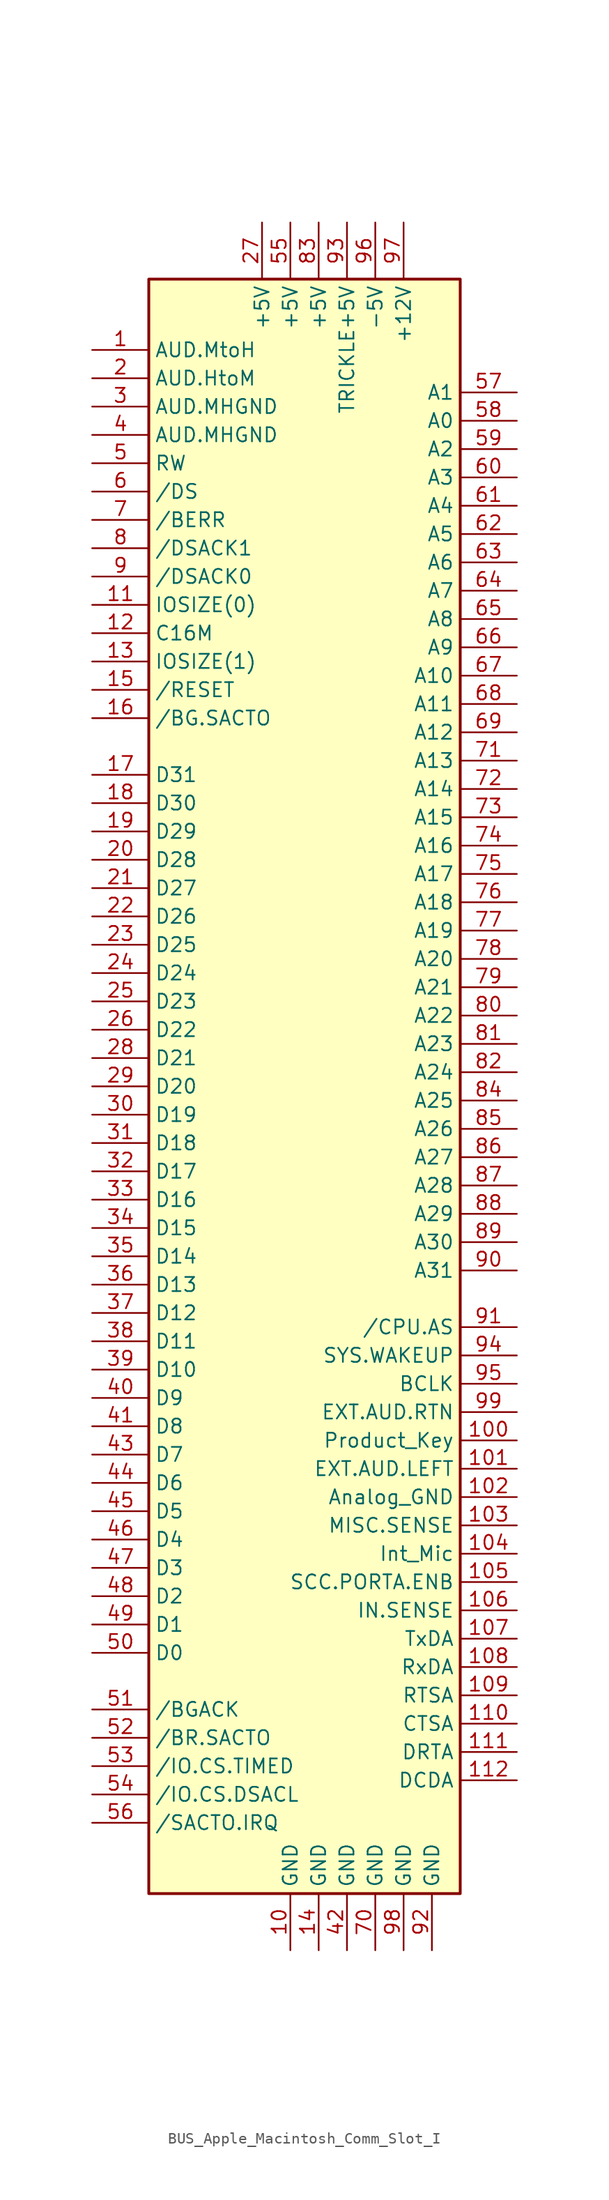
<source format=kicad_sym>
(kicad_symbol_lib
  (version 20231120)
  (generator "kicad_symbol_editor")
  (generator_version "8.0")
  (symbol "BUS_Apple_Macintosh_Comm_Slot_I"
    (property "Reference" "U"
      (at -16.51 72.39 0)
      (effects (font (size 1.27 1.27)) (justify left) (hide yes)))
    (symbol "BUS_Apple_Macintosh_Comm_Slot_I_0_1"
      (rectangle (start -13.97 71.12) (end 13.97 -73.66) (stroke (width 0.254) (type default)) (fill (type background))))
    (symbol "BUS_Apple_Macintosh_Comm_Slot_I_1_1"
      (pin bidirectional line (at -19.05 64.77 0) (length 5.08) (name "AUD.MtoH" (effects (font (size 1.27 1.27)))) (number "1" (effects (font (size 1.27 1.27)))))
      (pin power_out line (at -1.27 -78.74 90) (length 5.08) (name "GND" (effects (font (size 1.27 1.27)))) (number "10" (effects (font (size 1.27 1.27)))))
      (pin bidirectional line (at 19.05 -33.02 180) (length 5.08) (name "Product_Key" (effects (font (size 1.27 1.27)))) (number "100" (effects (font (size 1.27 1.27)))))
      (pin bidirectional line (at 19.05 -35.56 180) (length 5.08) (name "EXT.AUD.LEFT" (effects (font (size 1.27 1.27)))) (number "101" (effects (font (size 1.27 1.27)))))
      (pin power_out line (at 19.05 -38.1 180) (length 5.08) (name "Analog_GND" (effects (font (size 1.27 1.27)))) (number "102" (effects (font (size 1.27 1.27)))))
      (pin bidirectional line (at 19.05 -40.64 180) (length 5.08) (name "MISC.SENSE" (effects (font (size 1.27 1.27)))) (number "103" (effects (font (size 1.27 1.27)))))
      (pin bidirectional line (at 19.05 -43.18 180) (length 5.08) (name "Int_Mic" (effects (font (size 1.27 1.27)))) (number "104" (effects (font (size 1.27 1.27)))))
      (pin bidirectional line (at 19.05 -45.72 180) (length 5.08) (name "SCC.PORTA.ENB" (effects (font (size 1.27 1.27)))) (number "105" (effects (font (size 1.27 1.27)))))
      (pin bidirectional line (at 19.05 -48.26 180) (length 5.08) (name "IN.SENSE" (effects (font (size 1.27 1.27)))) (number "106" (effects (font (size 1.27 1.27)))))
      (pin bidirectional line (at 19.05 -50.8 180) (length 5.08) (name "TxDA" (effects (font (size 1.27 1.27)))) (number "107" (effects (font (size 1.27 1.27)))))
      (pin bidirectional line (at 19.05 -53.34 180) (length 5.08) (name "RxDA" (effects (font (size 1.27 1.27)))) (number "108" (effects (font (size 1.27 1.27)))))
      (pin bidirectional line (at 19.05 -55.88 180) (length 5.08) (name "RTSA" (effects (font (size 1.27 1.27)))) (number "109" (effects (font (size 1.27 1.27)))))
      (pin bidirectional line (at -19.05 41.91 0) (length 5.08) (name "IOSIZE(0)" (effects (font (size 1.27 1.27)))) (number "11" (effects (font (size 1.27 1.27)))))
      (pin bidirectional line (at 19.05 -58.42 180) (length 5.08) (name "CTSA" (effects (font (size 1.27 1.27)))) (number "110" (effects (font (size 1.27 1.27)))))
      (pin bidirectional line (at 19.05 -60.96 180) (length 5.08) (name "DRTA" (effects (font (size 1.27 1.27)))) (number "111" (effects (font (size 1.27 1.27)))))
      (pin bidirectional line (at 19.05 -63.5 180) (length 5.08) (name "DCDA" (effects (font (size 1.27 1.27)))) (number "112" (effects (font (size 1.27 1.27)))))
      (pin bidirectional line (at -19.05 39.37 0) (length 5.08) (name "C16M" (effects (font (size 1.27 1.27)))) (number "12" (effects (font (size 1.27 1.27)))))
      (pin bidirectional line (at -19.05 36.83 0) (length 5.08) (name "IOSIZE(1)" (effects (font (size 1.27 1.27)))) (number "13" (effects (font (size 1.27 1.27)))))
      (pin power_out line (at 1.27 -78.74 90) (length 5.08) (name "GND" (effects (font (size 1.27 1.27)))) (number "14" (effects (font (size 1.27 1.27)))))
      (pin bidirectional line (at -19.05 34.29 0) (length 5.08) (name "/RESET" (effects (font (size 1.27 1.27)))) (number "15" (effects (font (size 1.27 1.27)))))
      (pin bidirectional line (at -19.05 31.75 0) (length 5.08) (name "/BG.SACTO" (effects (font (size 1.27 1.27)))) (number "16" (effects (font (size 1.27 1.27)))))
      (pin bidirectional line (at -19.05 26.67 0) (length 5.08) (name "D31" (effects (font (size 1.27 1.27)))) (number "17" (effects (font (size 1.27 1.27)))))
      (pin bidirectional line (at -19.05 24.13 0) (length 5.08) (name "D30" (effects (font (size 1.27 1.27)))) (number "18" (effects (font (size 1.27 1.27)))))
      (pin bidirectional line (at -19.05 21.59 0) (length 5.08) (name "D29" (effects (font (size 1.27 1.27)))) (number "19" (effects (font (size 1.27 1.27)))))
      (pin bidirectional line (at -19.05 62.23 0) (length 5.08) (name "AUD.HtoM" (effects (font (size 1.27 1.27)))) (number "2" (effects (font (size 1.27 1.27)))))
      (pin bidirectional line (at -19.05 19.05 0) (length 5.08) (name "D28" (effects (font (size 1.27 1.27)))) (number "20" (effects (font (size 1.27 1.27)))))
      (pin bidirectional line (at -19.05 16.51 0) (length 5.08) (name "D27" (effects (font (size 1.27 1.27)))) (number "21" (effects (font (size 1.27 1.27)))))
      (pin bidirectional line (at -19.05 13.97 0) (length 5.08) (name "D26" (effects (font (size 1.27 1.27)))) (number "22" (effects (font (size 1.27 1.27)))))
      (pin bidirectional line (at -19.05 11.43 0) (length 5.08) (name "D25" (effects (font (size 1.27 1.27)))) (number "23" (effects (font (size 1.27 1.27)))))
      (pin bidirectional line (at -19.05 8.89 0) (length 5.08) (name "D24" (effects (font (size 1.27 1.27)))) (number "24" (effects (font (size 1.27 1.27)))))
      (pin bidirectional line (at -19.05 6.35 0) (length 5.08) (name "D23" (effects (font (size 1.27 1.27)))) (number "25" (effects (font (size 1.27 1.27)))))
      (pin bidirectional line (at -19.05 3.81 0) (length 5.08) (name "D22" (effects (font (size 1.27 1.27)))) (number "26" (effects (font (size 1.27 1.27)))))
      (pin power_in line (at -3.81 76.2 270) (length 5.08) (name "+5V" (effects (font (size 1.27 1.27)))) (number "27" (effects (font (size 1.27 1.27)))))
      (pin bidirectional line (at -19.05 1.27 0) (length 5.08) (name "D21" (effects (font (size 1.27 1.27)))) (number "28" (effects (font (size 1.27 1.27)))))
      (pin bidirectional line (at -19.05 -1.27 0) (length 5.08) (name "D20" (effects (font (size 1.27 1.27)))) (number "29" (effects (font (size 1.27 1.27)))))
      (pin power_out line (at -19.05 59.69 0) (length 5.08) (name "AUD.MHGND" (effects (font (size 1.27 1.27)))) (number "3" (effects (font (size 1.27 1.27)))))
      (pin bidirectional line (at -19.05 -3.81 0) (length 5.08) (name "D19" (effects (font (size 1.27 1.27)))) (number "30" (effects (font (size 1.27 1.27)))))
      (pin bidirectional line (at -19.05 -6.35 0) (length 5.08) (name "D18" (effects (font (size 1.27 1.27)))) (number "31" (effects (font (size 1.27 1.27)))))
      (pin bidirectional line (at -19.05 -8.89 0) (length 5.08) (name "D17" (effects (font (size 1.27 1.27)))) (number "32" (effects (font (size 1.27 1.27)))))
      (pin bidirectional line (at -19.05 -11.43 0) (length 5.08) (name "D16" (effects (font (size 1.27 1.27)))) (number "33" (effects (font (size 1.27 1.27)))))
      (pin bidirectional line (at -19.05 -13.97 0) (length 5.08) (name "D15" (effects (font (size 1.27 1.27)))) (number "34" (effects (font (size 1.27 1.27)))))
      (pin bidirectional line (at -19.05 -16.51 0) (length 5.08) (name "D14" (effects (font (size 1.27 1.27)))) (number "35" (effects (font (size 1.27 1.27)))))
      (pin bidirectional line (at -19.05 -19.05 0) (length 5.08) (name "D13" (effects (font (size 1.27 1.27)))) (number "36" (effects (font (size 1.27 1.27)))))
      (pin bidirectional line (at -19.05 -21.59 0) (length 5.08) (name "D12" (effects (font (size 1.27 1.27)))) (number "37" (effects (font (size 1.27 1.27)))))
      (pin bidirectional line (at -19.05 -24.13 0) (length 5.08) (name "D11" (effects (font (size 1.27 1.27)))) (number "38" (effects (font (size 1.27 1.27)))))
      (pin bidirectional line (at -19.05 -26.67 0) (length 5.08) (name "D10" (effects (font (size 1.27 1.27)))) (number "39" (effects (font (size 1.27 1.27)))))
      (pin power_out line (at -19.05 57.15 0) (length 5.08) (name "AUD.MHGND" (effects (font (size 1.27 1.27)))) (number "4" (effects (font (size 1.27 1.27)))))
      (pin bidirectional line (at -19.05 -29.21 0) (length 5.08) (name "D9" (effects (font (size 1.27 1.27)))) (number "40" (effects (font (size 1.27 1.27)))))
      (pin bidirectional line (at -19.05 -31.75 0) (length 5.08) (name "D8" (effects (font (size 1.27 1.27)))) (number "41" (effects (font (size 1.27 1.27)))))
      (pin power_out line (at 3.81 -78.74 90) (length 5.08) (name "GND" (effects (font (size 1.27 1.27)))) (number "42" (effects (font (size 1.27 1.27)))))
      (pin bidirectional line (at -19.05 -34.29 0) (length 5.08) (name "D7" (effects (font (size 1.27 1.27)))) (number "43" (effects (font (size 1.27 1.27)))))
      (pin bidirectional line (at -19.05 -36.83 0) (length 5.08) (name "D6" (effects (font (size 1.27 1.27)))) (number "44" (effects (font (size 1.27 1.27)))))
      (pin bidirectional line (at -19.05 -39.37 0) (length 5.08) (name "D5" (effects (font (size 1.27 1.27)))) (number "45" (effects (font (size 1.27 1.27)))))
      (pin bidirectional line (at -19.05 -41.91 0) (length 5.08) (name "D4" (effects (font (size 1.27 1.27)))) (number "46" (effects (font (size 1.27 1.27)))))
      (pin bidirectional line (at -19.05 -44.45 0) (length 5.08) (name "D3" (effects (font (size 1.27 1.27)))) (number "47" (effects (font (size 1.27 1.27)))))
      (pin bidirectional line (at -19.05 -46.99 0) (length 5.08) (name "D2" (effects (font (size 1.27 1.27)))) (number "48" (effects (font (size 1.27 1.27)))))
      (pin bidirectional line (at -19.05 -49.53 0) (length 5.08) (name "D1" (effects (font (size 1.27 1.27)))) (number "49" (effects (font (size 1.27 1.27)))))
      (pin bidirectional line (at -19.05 54.61 0) (length 5.08) (name "RW" (effects (font (size 1.27 1.27)))) (number "5" (effects (font (size 1.27 1.27)))))
      (pin bidirectional line (at -19.05 -52.07 0) (length 5.08) (name "D0" (effects (font (size 1.27 1.27)))) (number "50" (effects (font (size 1.27 1.27)))))
      (pin bidirectional line (at -19.05 -57.15 0) (length 5.08) (name "/BGACK" (effects (font (size 1.27 1.27)))) (number "51" (effects (font (size 1.27 1.27)))))
      (pin bidirectional line (at -19.05 -59.69 0) (length 5.08) (name "/BR.SACTO" (effects (font (size 1.27 1.27)))) (number "52" (effects (font (size 1.27 1.27)))))
      (pin bidirectional line (at -19.05 -62.23 0) (length 5.08) (name "/IO.CS.TIMED" (effects (font (size 1.27 1.27)))) (number "53" (effects (font (size 1.27 1.27)))))
      (pin bidirectional line (at -19.05 -64.77 0) (length 5.08) (name "/IO.CS.DSACL" (effects (font (size 1.27 1.27)))) (number "54" (effects (font (size 1.27 1.27)))))
      (pin power_out line (at -1.27 76.2 270) (length 5.08) (name "+5V" (effects (font (size 1.27 1.27)))) (number "55" (effects (font (size 1.27 1.27)))))
      (pin bidirectional line (at -19.05 -67.31 0) (length 5.08) (name "/SACTO.IRQ" (effects (font (size 1.27 1.27)))) (number "56" (effects (font (size 1.27 1.27)))))
      (pin bidirectional line (at 19.05 60.96 180) (length 5.08) (name "A1" (effects (font (size 1.27 1.27)))) (number "57" (effects (font (size 1.27 1.27)))))
      (pin bidirectional line (at 19.05 58.42 180) (length 5.08) (name "A0" (effects (font (size 1.27 1.27)))) (number "58" (effects (font (size 1.27 1.27)))))
      (pin bidirectional line (at 19.05 55.88 180) (length 5.08) (name "A2" (effects (font (size 1.27 1.27)))) (number "59" (effects (font (size 1.27 1.27)))))
      (pin bidirectional line (at -19.05 52.07 0) (length 5.08) (name "/DS" (effects (font (size 1.27 1.27)))) (number "6" (effects (font (size 1.27 1.27)))))
      (pin bidirectional line (at 19.05 53.34 180) (length 5.08) (name "A3" (effects (font (size 1.27 1.27)))) (number "60" (effects (font (size 1.27 1.27)))))
      (pin bidirectional line (at 19.05 50.8 180) (length 5.08) (name "A4" (effects (font (size 1.27 1.27)))) (number "61" (effects (font (size 1.27 1.27)))))
      (pin bidirectional line (at 19.05 48.26 180) (length 5.08) (name "A5" (effects (font (size 1.27 1.27)))) (number "62" (effects (font (size 1.27 1.27)))))
      (pin bidirectional line (at 19.05 45.72 180) (length 5.08) (name "A6" (effects (font (size 1.27 1.27)))) (number "63" (effects (font (size 1.27 1.27)))))
      (pin bidirectional line (at 19.05 43.18 180) (length 5.08) (name "A7" (effects (font (size 1.27 1.27)))) (number "64" (effects (font (size 1.27 1.27)))))
      (pin bidirectional line (at 19.05 40.64 180) (length 5.08) (name "A8" (effects (font (size 1.27 1.27)))) (number "65" (effects (font (size 1.27 1.27)))))
      (pin bidirectional line (at 19.05 38.1 180) (length 5.08) (name "A9" (effects (font (size 1.27 1.27)))) (number "66" (effects (font (size 1.27 1.27)))))
      (pin bidirectional line (at 19.05 35.56 180) (length 5.08) (name "A10" (effects (font (size 1.27 1.27)))) (number "67" (effects (font (size 1.27 1.27)))))
      (pin bidirectional line (at 19.05 33.02 180) (length 5.08) (name "A11" (effects (font (size 1.27 1.27)))) (number "68" (effects (font (size 1.27 1.27)))))
      (pin bidirectional line (at 19.05 30.48 180) (length 5.08) (name "A12" (effects (font (size 1.27 1.27)))) (number "69" (effects (font (size 1.27 1.27)))))
      (pin bidirectional line (at -19.05 49.53 0) (length 5.08) (name "/BERR" (effects (font (size 1.27 1.27)))) (number "7" (effects (font (size 1.27 1.27)))))
      (pin power_out line (at 6.35 -78.74 90) (length 5.08) (name "GND" (effects (font (size 1.27 1.27)))) (number "70" (effects (font (size 1.27 1.27)))))
      (pin bidirectional line (at 19.05 27.94 180) (length 5.08) (name "A13" (effects (font (size 1.27 1.27)))) (number "71" (effects (font (size 1.27 1.27)))))
      (pin bidirectional line (at 19.05 25.4 180) (length 5.08) (name "A14" (effects (font (size 1.27 1.27)))) (number "72" (effects (font (size 1.27 1.27)))))
      (pin bidirectional line (at 19.05 22.86 180) (length 5.08) (name "A15" (effects (font (size 1.27 1.27)))) (number "73" (effects (font (size 1.27 1.27)))))
      (pin bidirectional line (at 19.05 20.32 180) (length 5.08) (name "A16" (effects (font (size 1.27 1.27)))) (number "74" (effects (font (size 1.27 1.27)))))
      (pin bidirectional line (at 19.05 17.78 180) (length 5.08) (name "A17" (effects (font (size 1.27 1.27)))) (number "75" (effects (font (size 1.27 1.27)))))
      (pin bidirectional line (at 19.05 15.24 180) (length 5.08) (name "A18" (effects (font (size 1.27 1.27)))) (number "76" (effects (font (size 1.27 1.27)))))
      (pin bidirectional line (at 19.05 12.7 180) (length 5.08) (name "A19" (effects (font (size 1.27 1.27)))) (number "77" (effects (font (size 1.27 1.27)))))
      (pin bidirectional line (at 19.05 10.16 180) (length 5.08) (name "A20" (effects (font (size 1.27 1.27)))) (number "78" (effects (font (size 1.27 1.27)))))
      (pin bidirectional line (at 19.05 7.62 180) (length 5.08) (name "A21" (effects (font (size 1.27 1.27)))) (number "79" (effects (font (size 1.27 1.27)))))
      (pin bidirectional line (at -19.05 46.99 0) (length 5.08) (name "/DSACK1" (effects (font (size 1.27 1.27)))) (number "8" (effects (font (size 1.27 1.27)))))
      (pin bidirectional line (at 19.05 5.08 180) (length 5.08) (name "A22" (effects (font (size 1.27 1.27)))) (number "80" (effects (font (size 1.27 1.27)))))
      (pin bidirectional line (at 19.05 2.54 180) (length 5.08) (name "A23" (effects (font (size 1.27 1.27)))) (number "81" (effects (font (size 1.27 1.27)))))
      (pin bidirectional line (at 19.05 0 180) (length 5.08) (name "A24" (effects (font (size 1.27 1.27)))) (number "82" (effects (font (size 1.27 1.27)))))
      (pin power_out line (at 1.27 76.2 270) (length 5.08) (name "+5V" (effects (font (size 1.27 1.27)))) (number "83" (effects (font (size 1.27 1.27)))))
      (pin bidirectional line (at 19.05 -2.54 180) (length 5.08) (name "A25" (effects (font (size 1.27 1.27)))) (number "84" (effects (font (size 1.27 1.27)))))
      (pin bidirectional line (at 19.05 -5.08 180) (length 5.08) (name "A26" (effects (font (size 1.27 1.27)))) (number "85" (effects (font (size 1.27 1.27)))))
      (pin bidirectional line (at 19.05 -7.62 180) (length 5.08) (name "A27" (effects (font (size 1.27 1.27)))) (number "86" (effects (font (size 1.27 1.27)))))
      (pin bidirectional line (at 19.05 -10.16 180) (length 5.08) (name "A28" (effects (font (size 1.27 1.27)))) (number "87" (effects (font (size 1.27 1.27)))))
      (pin bidirectional line (at 19.05 -12.7 180) (length 5.08) (name "A29" (effects (font (size 1.27 1.27)))) (number "88" (effects (font (size 1.27 1.27)))))
      (pin bidirectional line (at 19.05 -15.24 180) (length 5.08) (name "A30" (effects (font (size 1.27 1.27)))) (number "89" (effects (font (size 1.27 1.27)))))
      (pin bidirectional line (at -19.05 44.45 0) (length 5.08) (name "/DSACK0" (effects (font (size 1.27 1.27)))) (number "9" (effects (font (size 1.27 1.27)))))
      (pin bidirectional line (at 19.05 -17.78 180) (length 5.08) (name "A31" (effects (font (size 1.27 1.27)))) (number "90" (effects (font (size 1.27 1.27)))))
      (pin bidirectional line (at 19.05 -22.86 180) (length 5.08) (name "/CPU.AS" (effects (font (size 1.27 1.27)))) (number "91" (effects (font (size 1.27 1.27)))))
      (pin power_out line (at 11.43 -78.74 90) (length 5.08) (name "GND" (effects (font (size 1.27 1.27)))) (number "92" (effects (font (size 1.27 1.27)))))
      (pin power_out line (at 3.81 76.2 270) (length 5.08) (name "TRICKLE+5V" (effects (font (size 1.27 1.27)))) (number "93" (effects (font (size 1.27 1.27)))))
      (pin bidirectional line (at 19.05 -25.4 180) (length 5.08) (name "SYS.WAKEUP" (effects (font (size 1.27 1.27)))) (number "94" (effects (font (size 1.27 1.27)))))
      (pin bidirectional line (at 19.05 -27.94 180) (length 5.08) (name "BCLK" (effects (font (size 1.27 1.27)))) (number "95" (effects (font (size 1.27 1.27)))))
      (pin power_out line (at 6.35 76.2 270) (length 5.08) (name "-5V" (effects (font (size 1.27 1.27)))) (number "96" (effects (font (size 1.27 1.27)))))
      (pin power_out line (at 8.89 76.2 270) (length 5.08) (name "+12V" (effects (font (size 1.27 1.27)))) (number "97" (effects (font (size 1.27 1.27)))))
      (pin power_out line (at 8.89 -78.74 90) (length 5.08) (name "GND" (effects (font (size 1.27 1.27)))) (number "98" (effects (font (size 1.27 1.27)))))
      (pin bidirectional line (at 19.05 -30.48 180) (length 5.08) (name "EXT.AUD.RTN" (effects (font (size 1.27 1.27)))) (number "99" (effects (font (size 1.27 1.27))))))))
</source>
